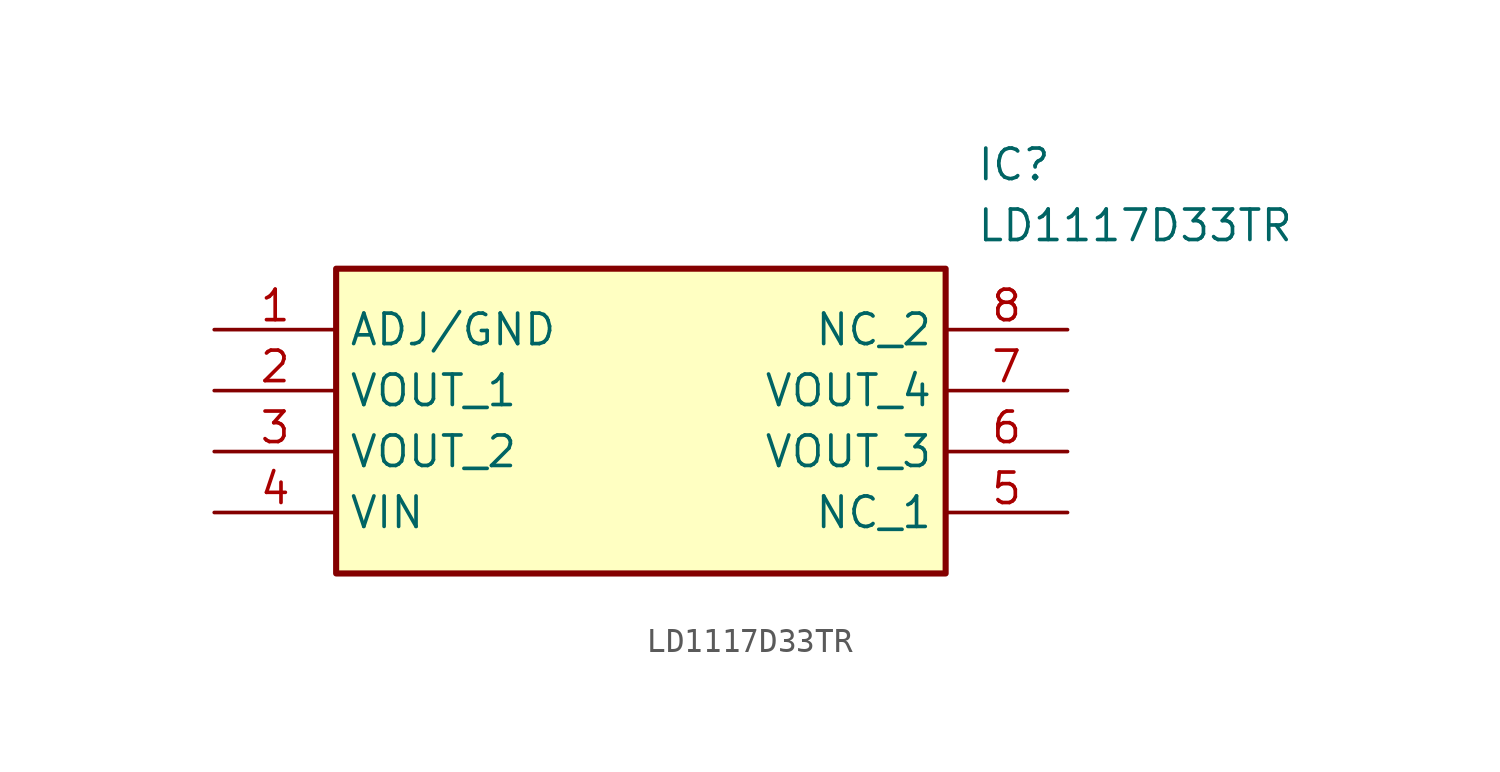
<source format=kicad_sym>
(kicad_symbol_lib
  (version 20211014)
  (generator SamacSys_ECAD_Model)
  (symbol "LD1117D33TR"
    (property "Reference" "IC"
      (at 31.75 7.62 0)
      (effects (font (size 1.27 1.27)) (justify left top)))
    (property "Value" "LD1117D33TR"
      (at 31.75 5.08 0)
      (effects (font (size 1.27 1.27)) (justify left top)))
    (rectangle
      (start 5.08 2.54)
      (end 30.48 -10.16)
      (stroke (width 0.254) (type default))
      (fill (type background)))
    (pin passive line
      (at 0 0 0)
      (length 5.08)
      (name "ADJ/GND" (effects (font (size 1.27 1.27))))
      (number "1" (effects (font (size 1.27 1.27)))))
    (pin passive line
      (at 0 -2.54 0)
      (length 5.08)
      (name "VOUT_1" (effects (font (size 1.27 1.27))))
      (number "2" (effects (font (size 1.27 1.27)))))
    (pin passive line
      (at 0 -5.08 0)
      (length 5.08)
      (name "VOUT_2" (effects (font (size 1.27 1.27))))
      (number "3" (effects (font (size 1.27 1.27)))))
    (pin passive line
      (at 0 -7.62 0)
      (length 5.08)
      (name "VIN" (effects (font (size 1.27 1.27))))
      (number "4" (effects (font (size 1.27 1.27)))))
    (pin passive line
      (at 35.56 0 180)
      (length 5.08)
      (name "NC_2" (effects (font (size 1.27 1.27))))
      (number "8" (effects (font (size 1.27 1.27)))))
    (pin passive line
      (at 35.56 -2.54 180)
      (length 5.08)
      (name "VOUT_4" (effects (font (size 1.27 1.27))))
      (number "7" (effects (font (size 1.27 1.27)))))
    (pin passive line
      (at 35.56 -5.08 180)
      (length 5.08)
      (name "VOUT_3" (effects (font (size 1.27 1.27))))
      (number "6" (effects (font (size 1.27 1.27)))))
    (pin passive line
      (at 35.56 -7.62 180)
      (length 5.08)
      (name "NC_1" (effects (font (size 1.27 1.27))))
      (number "5" (effects (font (size 1.27 1.27)))))))
</source>
